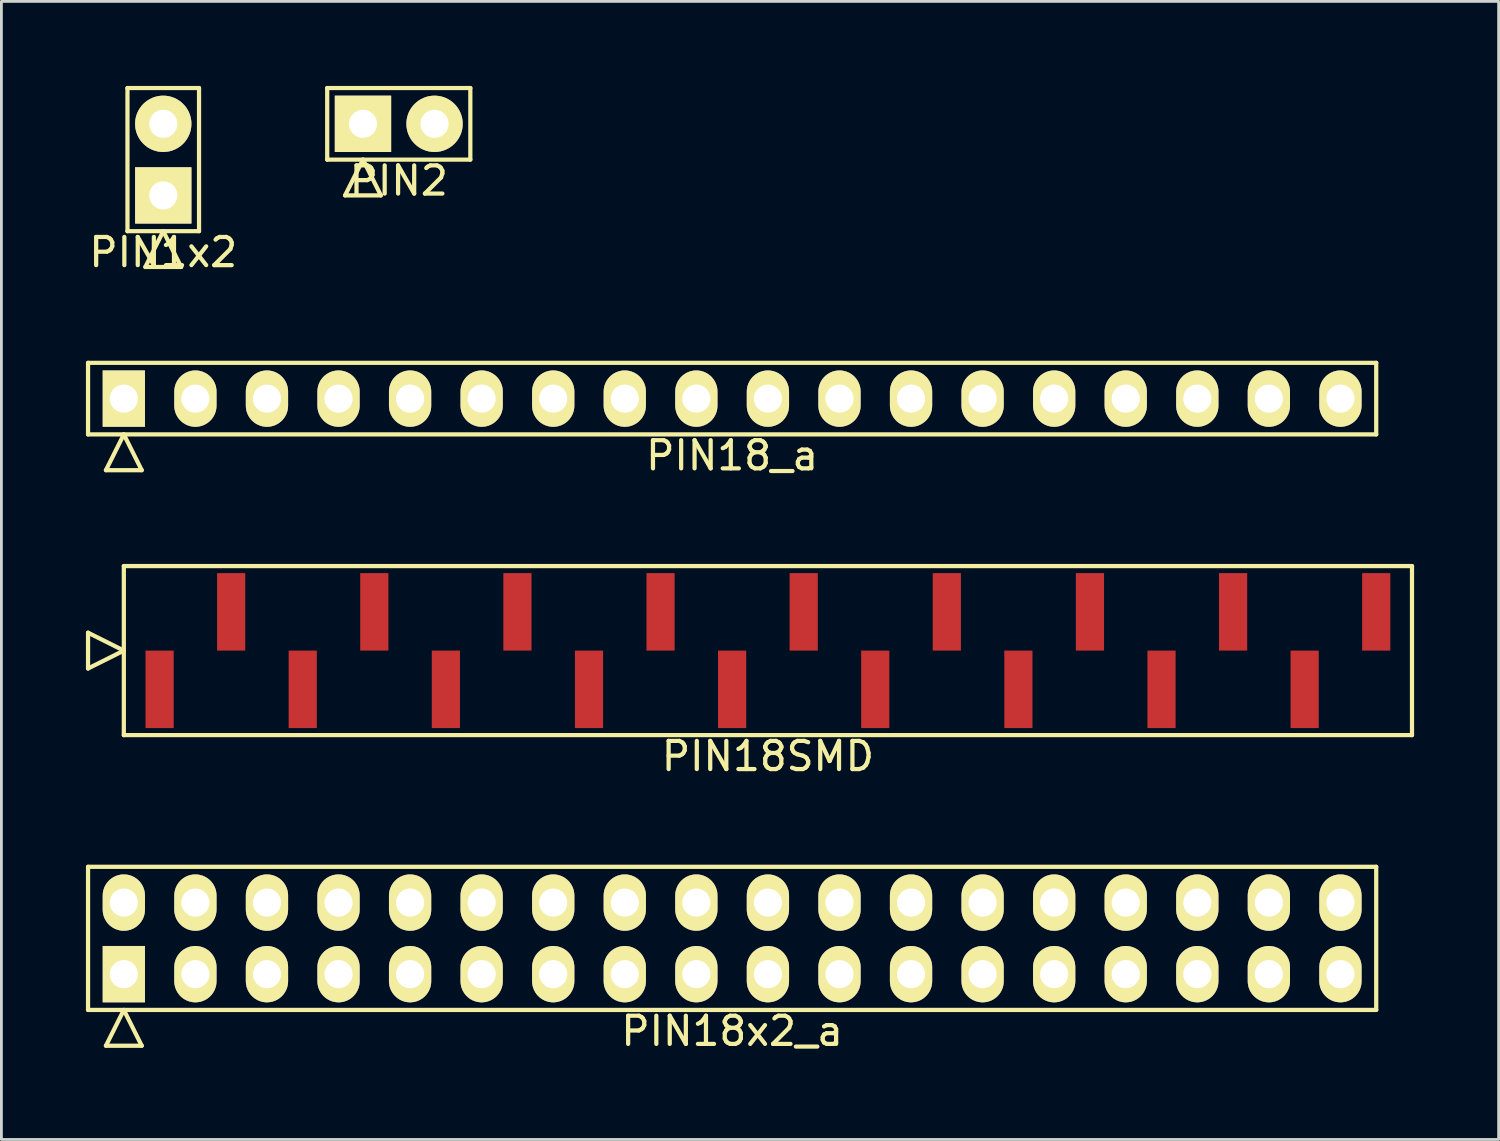
<source format=kicad_pcb>
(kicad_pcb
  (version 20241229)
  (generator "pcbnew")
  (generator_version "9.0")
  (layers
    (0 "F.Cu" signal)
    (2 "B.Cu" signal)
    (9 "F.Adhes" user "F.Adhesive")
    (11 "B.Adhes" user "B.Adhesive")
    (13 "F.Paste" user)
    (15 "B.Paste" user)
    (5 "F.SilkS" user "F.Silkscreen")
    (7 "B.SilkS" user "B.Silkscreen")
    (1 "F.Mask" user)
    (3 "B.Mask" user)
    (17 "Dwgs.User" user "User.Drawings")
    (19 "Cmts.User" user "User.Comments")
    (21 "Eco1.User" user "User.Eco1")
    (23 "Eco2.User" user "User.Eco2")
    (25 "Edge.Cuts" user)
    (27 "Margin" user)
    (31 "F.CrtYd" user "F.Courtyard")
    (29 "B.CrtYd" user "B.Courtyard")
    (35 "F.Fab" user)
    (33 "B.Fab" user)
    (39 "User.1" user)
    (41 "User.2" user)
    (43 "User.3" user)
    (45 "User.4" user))
  (footprint "PIN18_a"
    (layer "F.Cu")
    (at 22.935 11.098)
    (property "Reference" "PIN18_a" (at 0 2.02 0) (layer "F.SilkS") (effects (font (size 1 1) (thickness 0.15))))
    (attr through_hole)
    (fp_line (start -22.86 -1.27) (end -22.86 1.27) (stroke (width 0.15) (type solid)) (layer "F.SilkS"))
    (fp_line (start -22.86 1.27) (end 22.86 1.27) (stroke (width 0.15) (type solid)) (layer "F.SilkS"))
    (fp_line (start -22.225 2.54) (end -21.59 1.27) (stroke (width 0.15) (type solid)) (layer "F.SilkS"))
    (fp_line (start -22.225 2.54) (end -20.955 2.54) (stroke (width 0.15) (type solid)) (layer "F.SilkS"))
    (fp_line (start -20.955 2.54) (end -21.59 1.27) (stroke (width 0.15) (type solid)) (layer "F.SilkS"))
    (fp_line (start 22.86 -1.27) (end -22.86 -1.27) (stroke (width 0.15) (type solid)) (layer "F.SilkS"))
    (fp_line (start 22.86 1.27) (end 22.86 -1.27) (stroke (width 0.15) (type solid)) (layer "F.SilkS"))
    (pad "1" thru_hole rect (at -21.59 0) (size 1.5 2) (drill 1) (layers "*.Cu" "*.Mask" "F.SilkS"))
    (pad "2" thru_hole oval (at -19.05 0) (size 1.5 2) (drill 1) (layers "*.Cu" "*.Mask" "F.SilkS"))
    (pad "3" thru_hole oval (at -16.51 0) (size 1.5 2) (drill 1) (layers "*.Cu" "*.Mask" "F.SilkS"))
    (pad "4" thru_hole oval (at -13.97 0) (size 1.5 2) (drill 1) (layers "*.Cu" "*.Mask" "F.SilkS"))
    (pad "5" thru_hole oval (at -11.43 0) (size 1.5 2) (drill 1) (layers "*.Cu" "*.Mask" "F.SilkS"))
    (pad "6" thru_hole oval (at -8.89 0) (size 1.5 2) (drill 1) (layers "*.Cu" "*.Mask" "F.SilkS"))
    (pad "7" thru_hole oval (at -6.35 0) (size 1.5 2) (drill 1) (layers "*.Cu" "*.Mask" "F.SilkS"))
    (pad "8" thru_hole oval (at -3.81 0) (size 1.5 2) (drill 1) (layers "*.Cu" "*.Mask" "F.SilkS"))
    (pad "9" thru_hole oval (at -1.27 0) (size 1.5 2) (drill 1) (layers "*.Cu" "*.Mask" "F.SilkS"))
    (pad "10" thru_hole oval (at 1.27 0) (size 1.5 2) (drill 1) (layers "*.Cu" "*.Mask" "F.SilkS"))
    (pad "11" thru_hole oval (at 3.81 0) (size 1.5 2) (drill 1) (layers "*.Cu" "*.Mask" "F.SilkS"))
    (pad "12" thru_hole oval (at 6.35 0) (size 1.5 2) (drill 1) (layers "*.Cu" "*.Mask" "F.SilkS"))
    (pad "13" thru_hole oval (at 8.89 0) (size 1.5 2) (drill 1) (layers "*.Cu" "*.Mask" "F.SilkS"))
    (pad "14" thru_hole oval (at 11.43 0) (size 1.5 2) (drill 1) (layers "*.Cu" "*.Mask" "F.SilkS"))
    (pad "15" thru_hole oval (at 13.97 0) (size 1.5 2) (drill 1) (layers "*.Cu" "*.Mask" "F.SilkS"))
    (pad "16" thru_hole oval (at 16.51 0) (size 1.5 2) (drill 1) (layers "*.Cu" "*.Mask" "F.SilkS"))
    (pad "17" thru_hole oval (at 19.05 0) (size 1.5 2) (drill 1) (layers "*.Cu" "*.Mask" "F.SilkS"))
    (pad "18" thru_hole oval (at 21.59 0) (size 1.5 2) (drill 1) (layers "*.Cu" "*.Mask" "F.SilkS")))
  (footprint "PIN1x2"
    (layer "F.Cu")
    (at 2.744 2.615)
    (property "Reference" "PIN1x2" (at 0 3.29 0) (layer "F.SilkS") (effects (font (size 1 1) (thickness 0.15))))
    (attr through_hole)
    (fp_line (start -1.27 -2.54) (end -1.27 2.54) (stroke (width 0.15) (type solid)) (layer "F.SilkS"))
    (fp_line (start -1.27 2.54) (end 1.27 2.54) (stroke (width 0.15) (type solid)) (layer "F.SilkS"))
    (fp_line (start -0.635 3.81) (end 0 2.54) (stroke (width 0.15) (type solid)) (layer "F.SilkS"))
    (fp_line (start -0.635 3.81) (end 0.635 3.81) (stroke (width 0.15) (type solid)) (layer "F.SilkS"))
    (fp_line (start 0.635 3.81) (end 0 2.54) (stroke (width 0.15) (type solid)) (layer "F.SilkS"))
    (fp_line (start 1.27 -2.54) (end -1.27 -2.54) (stroke (width 0.15) (type solid)) (layer "F.SilkS"))
    (fp_line (start 1.27 2.54) (end 1.27 -2.54) (stroke (width 0.15) (type solid)) (layer "F.SilkS"))
    (pad "1" thru_hole rect (at 0 1.27) (size 2 2) (drill 1) (layers "*.Cu" "*.Mask" "F.SilkS"))
    (pad "2" thru_hole oval (at 0 -1.27) (size 2 2) (drill 1) (layers "*.Cu" "*.Mask" "F.SilkS")))
  (footprint "PIN18x2_a"
    (layer "F.Cu")
    (at 22.935 30.255)
    (property "Reference" "PIN18x2_a" (at 0 3.29 0) (layer "F.SilkS") (effects (font (size 1 1) (thickness 0.15))))
    (attr through_hole)
    (fp_line (start -22.86 -2.54) (end -22.86 2.54) (stroke (width 0.15) (type solid)) (layer "F.SilkS"))
    (fp_line (start -22.86 2.54) (end 22.86 2.54) (stroke (width 0.15) (type solid)) (layer "F.SilkS"))
    (fp_line (start -22.225 3.81) (end -21.59 2.54) (stroke (width 0.15) (type solid)) (layer "F.SilkS"))
    (fp_line (start -22.225 3.81) (end -20.955 3.81) (stroke (width 0.15) (type solid)) (layer "F.SilkS"))
    (fp_line (start -20.955 3.81) (end -21.59 2.54) (stroke (width 0.15) (type solid)) (layer "F.SilkS"))
    (fp_line (start 22.86 -2.54) (end -22.86 -2.54) (stroke (width 0.15) (type solid)) (layer "F.SilkS"))
    (fp_line (start 22.86 2.54) (end 22.86 -2.54) (stroke (width 0.15) (type solid)) (layer "F.SilkS"))
    (pad "1" thru_hole rect (at -21.59 1.27) (size 1.5 2) (drill 1) (layers "*.Cu" "*.Mask" "F.SilkS"))
    (pad "2" thru_hole oval (at -21.59 -1.27) (size 1.5 2) (drill 1) (layers "*.Cu" "*.Mask" "F.SilkS"))
    (pad "3" thru_hole oval (at -19.05 1.27) (size 1.5 2) (drill 1) (layers "*.Cu" "*.Mask" "F.SilkS"))
    (pad "4" thru_hole oval (at -19.05 -1.27) (size 1.5 2) (drill 1) (layers "*.Cu" "*.Mask" "F.SilkS"))
    (pad "5" thru_hole oval (at -16.51 1.27) (size 1.5 2) (drill 1) (layers "*.Cu" "*.Mask" "F.SilkS"))
    (pad "6" thru_hole oval (at -16.51 -1.27) (size 1.5 2) (drill 1) (layers "*.Cu" "*.Mask" "F.SilkS"))
    (pad "7" thru_hole oval (at -13.97 1.27) (size 1.5 2) (drill 1) (layers "*.Cu" "*.Mask" "F.SilkS"))
    (pad "8" thru_hole oval (at -13.97 -1.27) (size 1.5 2) (drill 1) (layers "*.Cu" "*.Mask" "F.SilkS"))
    (pad "9" thru_hole oval (at -11.43 1.27) (size 1.5 2) (drill 1) (layers "*.Cu" "*.Mask" "F.SilkS"))
    (pad "10" thru_hole oval (at -11.43 -1.27) (size 1.5 2) (drill 1) (layers "*.Cu" "*.Mask" "F.SilkS"))
    (pad "11" thru_hole oval (at -8.89 1.27) (size 1.5 2) (drill 1) (layers "*.Cu" "*.Mask" "F.SilkS"))
    (pad "12" thru_hole oval (at -8.89 -1.27) (size 1.5 2) (drill 1) (layers "*.Cu" "*.Mask" "F.SilkS"))
    (pad "13" thru_hole oval (at -6.35 1.27) (size 1.5 2) (drill 1) (layers "*.Cu" "*.Mask" "F.SilkS"))
    (pad "14" thru_hole oval (at -6.35 -1.27) (size 1.5 2) (drill 1) (layers "*.Cu" "*.Mask" "F.SilkS"))
    (pad "15" thru_hole oval (at -3.81 1.27) (size 1.5 2) (drill 1) (layers "*.Cu" "*.Mask" "F.SilkS"))
    (pad "16" thru_hole oval (at -3.81 -1.27) (size 1.5 2) (drill 1) (layers "*.Cu" "*.Mask" "F.SilkS"))
    (pad "17" thru_hole oval (at -1.27 1.27) (size 1.5 2) (drill 1) (layers "*.Cu" "*.Mask" "F.SilkS"))
    (pad "18" thru_hole oval (at -1.27 -1.27) (size 1.5 2) (drill 1) (layers "*.Cu" "*.Mask" "F.SilkS"))
    (pad "19" thru_hole oval (at 1.27 1.27) (size 1.5 2) (drill 1) (layers "*.Cu" "*.Mask" "F.SilkS"))
    (pad "20" thru_hole oval (at 1.27 -1.27) (size 1.5 2) (drill 1) (layers "*.Cu" "*.Mask" "F.SilkS"))
    (pad "21" thru_hole oval (at 3.81 1.27) (size 1.5 2) (drill 1) (layers "*.Cu" "*.Mask" "F.SilkS"))
    (pad "22" thru_hole oval (at 3.81 -1.27) (size 1.5 2) (drill 1) (layers "*.Cu" "*.Mask" "F.SilkS"))
    (pad "23" thru_hole oval (at 6.35 1.27) (size 1.5 2) (drill 1) (layers "*.Cu" "*.Mask" "F.SilkS"))
    (pad "24" thru_hole oval (at 6.35 -1.27) (size 1.5 2) (drill 1) (layers "*.Cu" "*.Mask" "F.SilkS"))
    (pad "25" thru_hole oval (at 8.89 1.27) (size 1.5 2) (drill 1) (layers "*.Cu" "*.Mask" "F.SilkS"))
    (pad "26" thru_hole oval (at 8.89 -1.27) (size 1.5 2) (drill 1) (layers "*.Cu" "*.Mask" "F.SilkS"))
    (pad "27" thru_hole oval (at 11.43 1.27) (size 1.5 2) (drill 1) (layers "*.Cu" "*.Mask" "F.SilkS"))
    (pad "28" thru_hole oval (at 11.43 -1.27) (size 1.5 2) (drill 1) (layers "*.Cu" "*.Mask" "F.SilkS"))
    (pad "29" thru_hole oval (at 13.97 1.27) (size 1.5 2) (drill 1) (layers "*.Cu" "*.Mask" "F.SilkS"))
    (pad "30" thru_hole oval (at 13.97 -1.27) (size 1.5 2) (drill 1) (layers "*.Cu" "*.Mask" "F.SilkS"))
    (pad "31" thru_hole oval (at 16.51 1.27) (size 1.5 2) (drill 1) (layers "*.Cu" "*.Mask" "F.SilkS"))
    (pad "32" thru_hole oval (at 16.51 -1.27) (size 1.5 2) (drill 1) (layers "*.Cu" "*.Mask" "F.SilkS"))
    (pad "33" thru_hole oval (at 19.05 1.27) (size 1.5 2) (drill 1) (layers "*.Cu" "*.Mask" "F.SilkS"))
    (pad "34" thru_hole oval (at 19.05 -1.27) (size 1.5 2) (drill 1) (layers "*.Cu" "*.Mask" "F.SilkS"))
    (pad "35" thru_hole oval (at 21.59 1.27) (size 1.5 2) (drill 1) (layers "*.Cu" "*.Mask" "F.SilkS"))
    (pad "36" thru_hole oval (at 21.59 -1.27) (size 1.5 2) (drill 1) (layers "*.Cu" "*.Mask" "F.SilkS")))
  (footprint "PIN2"
    (layer "F.Cu")
    (at 11.103 1.345)
    (property "Reference" "PIN2" (at 0 2.02 0) (layer "F.SilkS") (effects (font (size 1 1) (thickness 0.15))))
    (attr through_hole)
    (fp_line (start -2.54 -1.27) (end -2.54 1.27) (stroke (width 0.15) (type solid)) (layer "F.SilkS"))
    (fp_line (start -2.54 1.27) (end 2.54 1.27) (stroke (width 0.15) (type solid)) (layer "F.SilkS"))
    (fp_line (start -1.905 2.54) (end -1.27 1.27) (stroke (width 0.15) (type solid)) (layer "F.SilkS"))
    (fp_line (start -1.905 2.54) (end -0.635 2.54) (stroke (width 0.15) (type solid)) (layer "F.SilkS"))
    (fp_line (start -0.635 2.54) (end -1.27 1.27) (stroke (width 0.15) (type solid)) (layer "F.SilkS"))
    (fp_line (start 2.54 -1.27) (end -2.54 -1.27) (stroke (width 0.15) (type solid)) (layer "F.SilkS"))
    (fp_line (start 2.54 1.27) (end 2.54 -1.27) (stroke (width 0.15) (type solid)) (layer "F.SilkS"))
    (pad "1" thru_hole rect (at -1.27 0) (size 2 2) (drill 1) (layers "*.Cu" "*.Mask" "F.SilkS"))
    (pad "2" thru_hole oval (at 1.27 0) (size 2 2) (drill 1) (layers "*.Cu" "*.Mask" "F.SilkS")))
  (footprint "PIN18SMD"
    (layer "F.Cu")
    (at 24.205 20.041)
    (property "Reference" "PIN18SMD" (at 0 3.75 0) (layer "F.SilkS") (effects (font (size 1 1) (thickness 0.15))))
    (attr through_hole)
    (fp_line (start -24.13 0.635) (end -24.13 -0.635) (stroke (width 0.15) (type solid)) (layer "F.SilkS"))
    (fp_line (start -22.86 -3) (end -22.86 3) (stroke (width 0.15) (type solid)) (layer "F.SilkS"))
    (fp_line (start -22.86 0) (end -24.13 -0.635) (stroke (width 0.15) (type solid)) (layer "F.SilkS"))
    (fp_line (start -22.86 0) (end -24.13 0.635) (stroke (width 0.15) (type solid)) (layer "F.SilkS"))
    (fp_line (start -22.86 3) (end 22.86 3) (stroke (width 0.15) (type solid)) (layer "F.SilkS"))
    (fp_line (start 22.86 -3) (end -22.86 -3) (stroke (width 0.15) (type solid)) (layer "F.SilkS"))
    (fp_line (start 22.86 3) (end 22.86 -3) (stroke (width 0.15) (type solid)) (layer "F.SilkS"))
    (pad "1" smd rect (at -21.59 1.375) (size 1 2.75) (layers "F.Cu" "F.Mask" "F.Paste"))
    (pad "2" smd rect (at -19.05 -1.375) (size 1 2.75) (layers "F.Cu" "F.Mask" "F.Paste"))
    (pad "3" smd rect (at -16.51 1.375) (size 1 2.75) (layers "F.Cu" "F.Mask" "F.Paste"))
    (pad "4" smd rect (at -13.97 -1.375) (size 1 2.75) (layers "F.Cu" "F.Mask" "F.Paste"))
    (pad "5" smd rect (at -11.43 1.375) (size 1 2.75) (layers "F.Cu" "F.Mask" "F.Paste"))
    (pad "6" smd rect (at -8.89 -1.375) (size 1 2.75) (layers "F.Cu" "F.Mask" "F.Paste"))
    (pad "7" smd rect (at -6.35 1.375) (size 1 2.75) (layers "F.Cu" "F.Mask" "F.Paste"))
    (pad "8" smd rect (at -3.81 -1.375) (size 1 2.75) (layers "F.Cu" "F.Mask" "F.Paste"))
    (pad "9" smd rect (at -1.27 1.375) (size 1 2.75) (layers "F.Cu" "F.Mask" "F.Paste"))
    (pad "10" smd rect (at 1.27 -1.375) (size 1 2.75) (layers "F.Cu" "F.Mask" "F.Paste"))
    (pad "11" smd rect (at 3.81 1.375) (size 1 2.75) (layers "F.Cu" "F.Mask" "F.Paste"))
    (pad "12" smd rect (at 6.35 -1.375) (size 1 2.75) (layers "F.Cu" "F.Mask" "F.Paste"))
    (pad "13" smd rect (at 8.89 1.375) (size 1 2.75) (layers "F.Cu" "F.Mask" "F.Paste"))
    (pad "14" smd rect (at 11.43 -1.375) (size 1 2.75) (layers "F.Cu" "F.Mask" "F.Paste"))
    (pad "15" smd rect (at 13.97 1.375) (size 1 2.75) (layers "F.Cu" "F.Mask" "F.Paste"))
    (pad "16" smd rect (at 16.51 -1.375) (size 1 2.75) (layers "F.Cu" "F.Mask" "F.Paste"))
    (pad "17" smd rect (at 19.05 1.375) (size 1 2.75) (layers "F.Cu" "F.Mask" "F.Paste"))
    (pad "18" smd rect (at 21.59 -1.375) (size 1 2.75) (layers "F.Cu" "F.Mask" "F.Paste")))
  (gr_rect
    (start -3 -3)
    (end 50.14 37.393)
    (stroke (width 0.1) (type default))
    (fill no)
    (layer "Edge.Cuts")))
</source>
